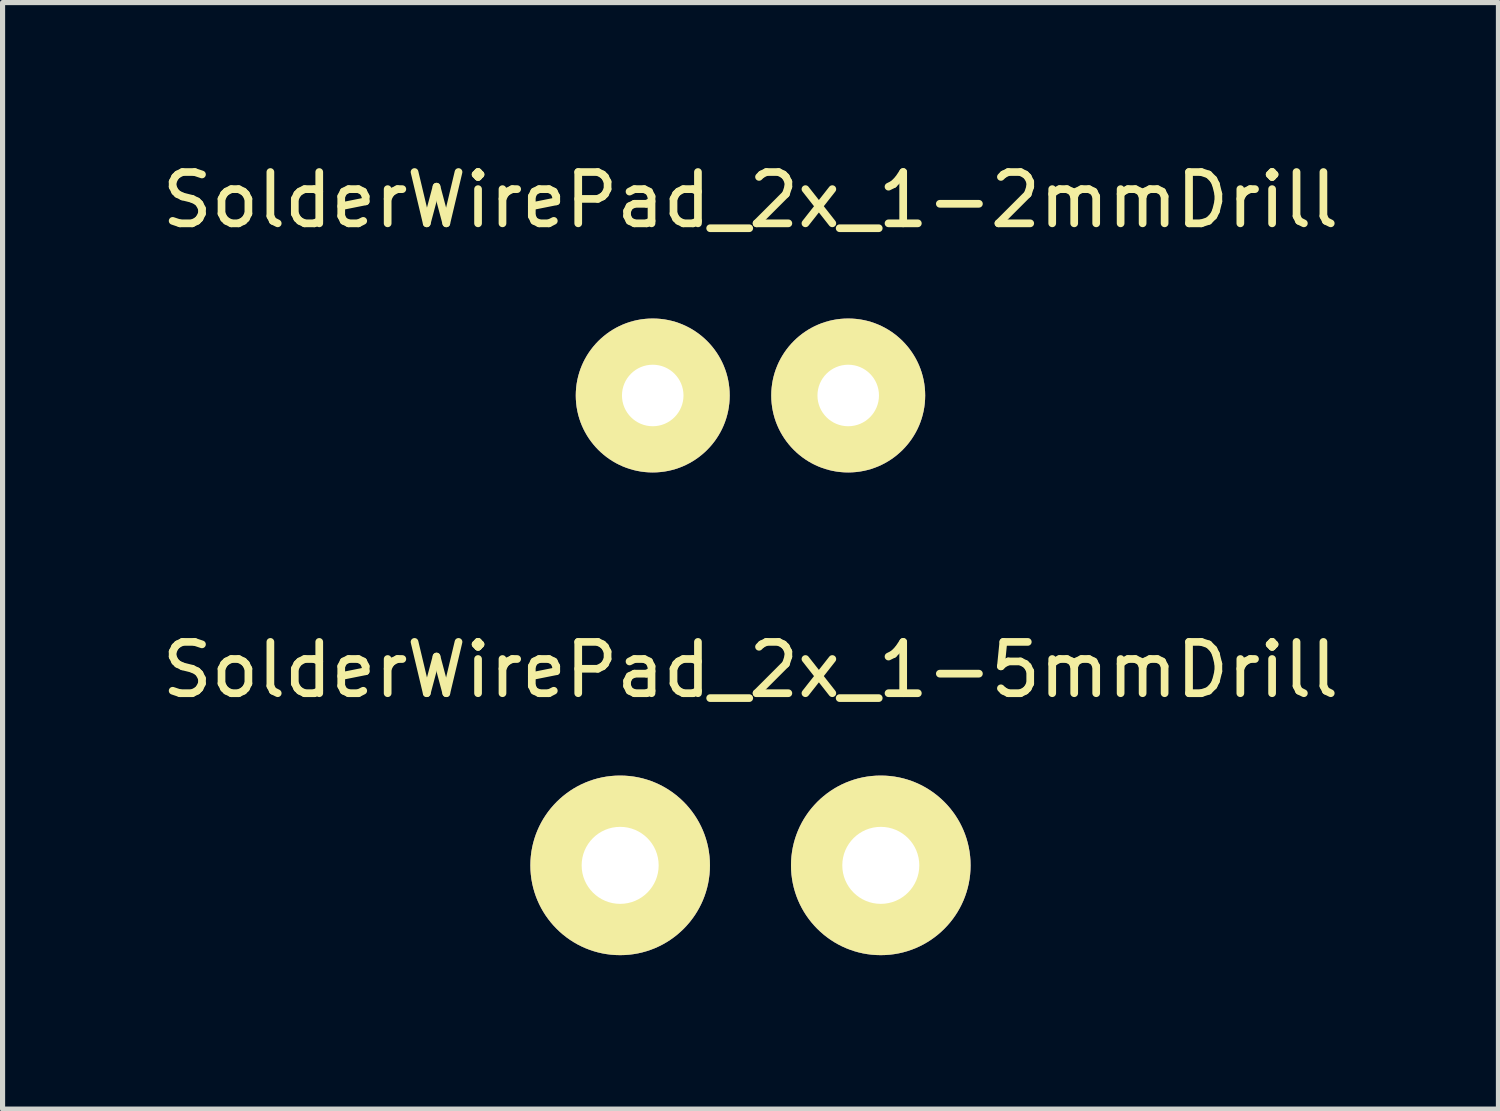
<source format=kicad_pcb>
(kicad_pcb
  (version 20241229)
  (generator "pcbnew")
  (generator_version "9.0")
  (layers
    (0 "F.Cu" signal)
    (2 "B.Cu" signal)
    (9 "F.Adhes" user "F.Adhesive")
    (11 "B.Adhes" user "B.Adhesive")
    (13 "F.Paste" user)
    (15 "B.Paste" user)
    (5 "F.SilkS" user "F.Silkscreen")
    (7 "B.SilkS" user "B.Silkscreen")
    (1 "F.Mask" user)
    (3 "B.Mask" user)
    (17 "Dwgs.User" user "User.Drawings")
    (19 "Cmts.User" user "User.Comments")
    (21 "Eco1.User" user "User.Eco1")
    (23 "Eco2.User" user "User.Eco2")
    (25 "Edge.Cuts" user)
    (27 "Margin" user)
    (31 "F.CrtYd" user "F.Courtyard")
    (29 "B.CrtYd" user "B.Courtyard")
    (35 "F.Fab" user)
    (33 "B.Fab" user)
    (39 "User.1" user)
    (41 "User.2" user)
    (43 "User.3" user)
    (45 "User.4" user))
  (footprint "SolderWirePad_2x_1-2mmDrill"
    (layer "F.Cu")
    (at 11.577 4.658)
    (property "Reference" "SolderWirePad_2x_1-2mmDrill" (at 0 -3.81 0) (layer "F.SilkS") (effects (font (size 1 1) (thickness 0.15))))
    (attr through_hole)
    (pad "1" thru_hole circle (at -1.905 0) (size 3 3) (drill 1.199) (layers "*.Cu" "*.Mask" "F.SilkS"))
    (pad "2" thru_hole circle (at 1.905 0) (size 3 3) (drill 1.199) (layers "*.Cu" "*.Mask" "F.SilkS")))
  (footprint "SolderWirePad_2x_1-5mmDrill"
    (layer "F.Cu")
    (at 11.577 13.816)
    (property "Reference" "SolderWirePad_2x_1-5mmDrill" (at 0 -3.81 0) (layer "F.SilkS") (effects (font (size 1 1) (thickness 0.15))))
    (attr through_hole)
    (pad "1" thru_hole circle (at -2.54 0) (size 3.5 3.5) (drill 1.501) (layers "*.Cu" "*.Mask" "F.SilkS"))
    (pad "2" thru_hole circle (at 2.54 0) (size 3.5 3.5) (drill 1.501) (layers "*.Cu" "*.Mask" "F.SilkS")))
  (gr_rect
    (start -3 -3)
    (end 26.155 18.566)
    (stroke (width 0.1) (type default))
    (fill no)
    (layer "Edge.Cuts")))
</source>
